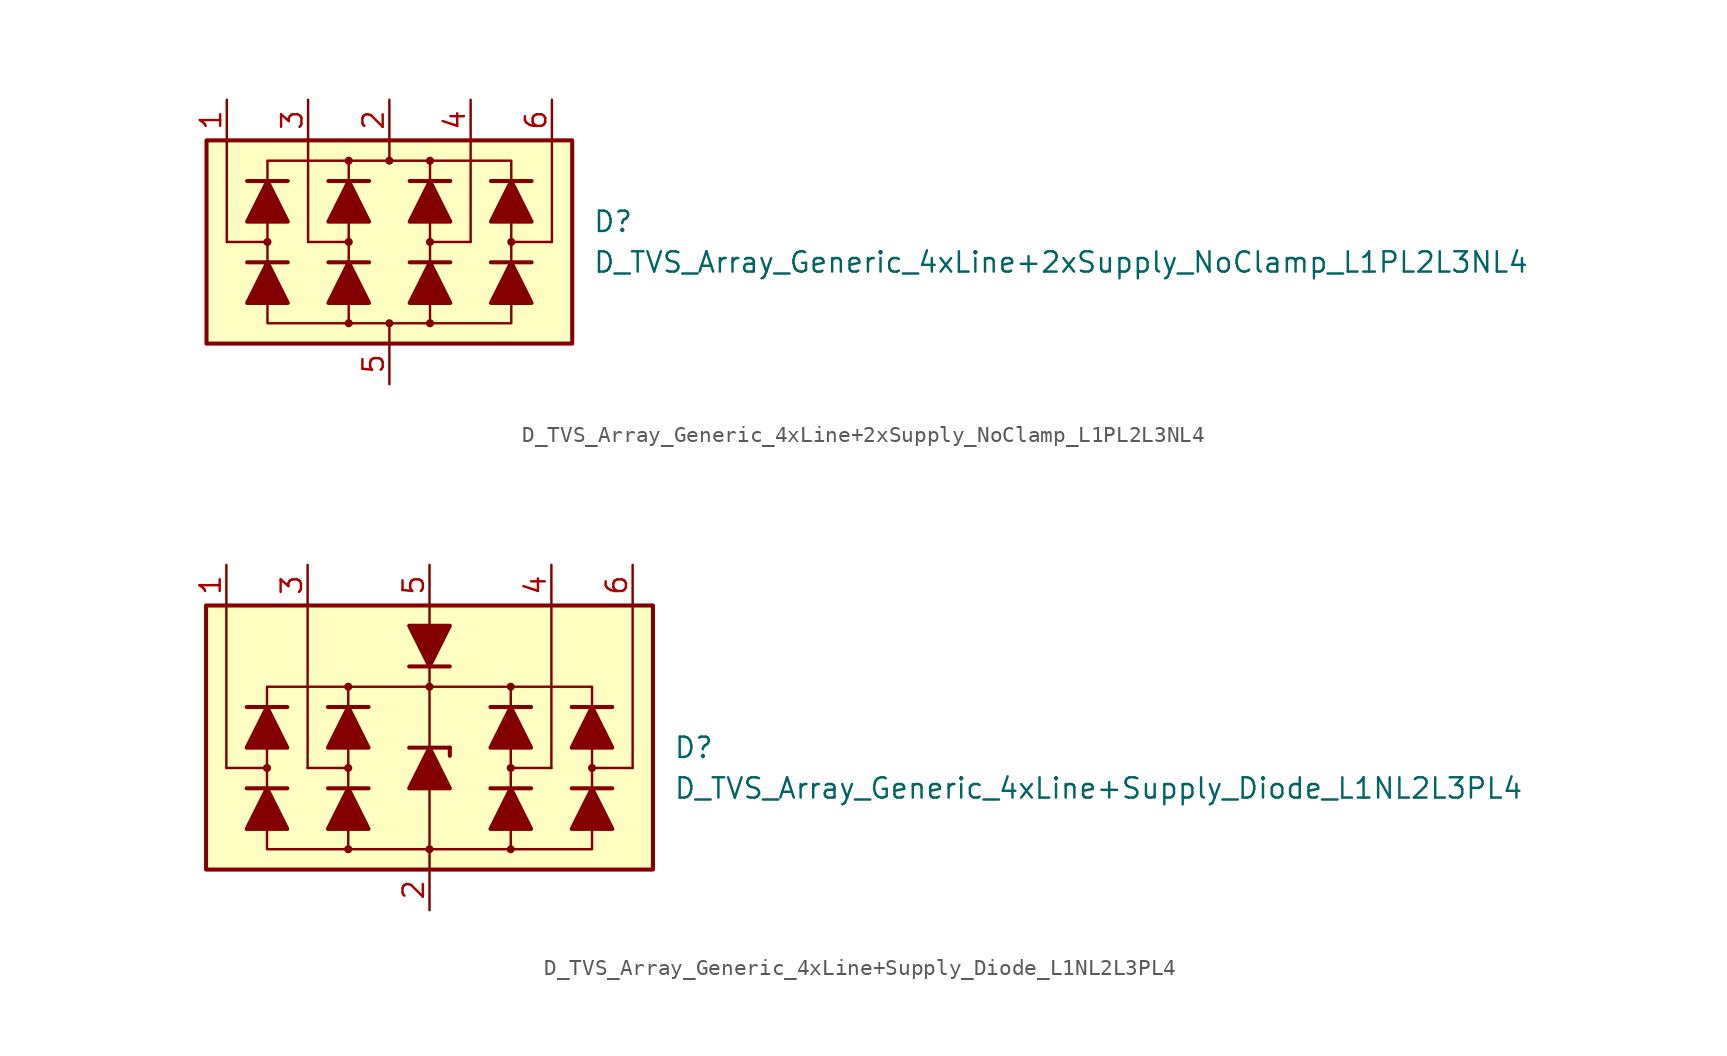
<source format=kicad_sym>
(kicad_symbol_lib
  (version 20211014)
  (generator kicad_symbol_editor)
  (symbol "D_TVS_Array_Generic_4xLine+2xSupply_NoClamp_L1PL2L3NL4"
    (pin_names
      (offset 1.016) hide)
    (property "Reference" "D"
      (at 12.7 1.27 0)
      (effects (font (size 1.27 1.27)) (justify left)))
    (property "Value" "D_TVS_Array_Generic_4xLine+2xSupply_NoClamp_L1PL2L3NL4"
      (at 12.7 -1.27 0)
      (effects (font (size 1.27 1.27)) (justify left)))
    (symbol "D_TVS_Array_Generic_4xLine+2xSupply_NoClamp_L1PL2L3NL4_0_1"
      (rectangle (start -11.43 6.35) (end 11.43 -6.35) (stroke (width 0.254) (type default) (color 0 0 0 0)) (fill (type background)))
      (circle (center -2.54 0) (radius 0.178) (stroke (width 0) (type default) (color 0 0 0 0)) (fill (type outline)))
      (polyline (pts (xy -5.08 0) (xy -5.08 6.35)) (stroke (width 0) (type default) (color 0 0 0 0)) (fill (type none)))
      (polyline (pts (xy -2.54 -1.27) (xy -2.54 1.27)) (stroke (width 0) (type default) (color 0 0 0 0)) (fill (type none)))
      (polyline (pts (xy -2.54 0) (xy -5.08 0)) (stroke (width 0) (type default) (color 0 0 0 0)) (fill (type none)))
      (polyline (pts (xy 0 -6.35) (xy 0 -5.08)) (stroke (width 0) (type default) (color 0 0 0 0)) (fill (type none)))
      (polyline (pts (xy 0 6.35) (xy 0 5.08)) (stroke (width 0) (type default) (color 0 0 0 0)) (fill (type none)))
      (polyline (pts (xy 2.54 -1.27) (xy 2.54 1.27)) (stroke (width 0) (type default) (color 0 0 0 0)) (fill (type none)))
      (polyline (pts (xy 2.54 0) (xy 5.08 0)) (stroke (width 0) (type default) (color 0 0 0 0)) (fill (type none)))
      (polyline (pts (xy 5.08 0) (xy 5.08 6.35)) (stroke (width 0) (type default) (color 0 0 0 0)) (fill (type none)))
      (polyline (pts (xy -2.54 -5.08) (xy -7.62 -5.08) (xy -7.62 5.08) (xy -2.54 5.08)) (stroke (width 0) (type default) (color 0 0 0 0)) (fill (type none)))
      (polyline (pts (xy -2.54 3.81) (xy -2.54 5.08) (xy 2.54 5.08) (xy 2.54 3.81)) (stroke (width 0.152) (type default) (color 0 0 0 0)) (fill (type none)))
      (polyline (pts (xy 2.54 -5.08) (xy 7.62 -5.08) (xy 7.62 5.08) (xy 2.54 5.08)) (stroke (width 0) (type default) (color 0 0 0 0)) (fill (type none)))
      (polyline (pts (xy 2.54 -3.81) (xy 2.54 -5.08) (xy -2.54 -5.08) (xy -2.54 -3.81)) (stroke (width 0.152) (type default) (color 0 0 0 0)) (fill (type none)))
      (circle (center 2.54 0) (radius 0.178) (stroke (width 0) (type default) (color 0 0 0 0)) (fill (type outline))))
    (symbol "D_TVS_Array_Generic_4xLine+2xSupply_NoClamp_L1PL2L3NL4_1_1"
      (circle (center -7.62 0) (radius 0.178) (stroke (width 0) (type default) (color 0 0 0 0)) (fill (type outline)))
      (circle (center -2.54 -5.08) (radius 0.178) (stroke (width 0) (type default) (color 0 0 0 0)) (fill (type outline)))
      (circle (center -2.54 5.08) (radius 0.178) (stroke (width 0) (type default) (color 0 0 0 0)) (fill (type outline)))
      (circle (center 0 -5.08) (radius 0.178) (stroke (width 0) (type default) (color 0 0 0 0)) (fill (type outline)))
      (polyline (pts (xy -10.16 0) (xy -10.16 6.35)) (stroke (width 0) (type default) (color 0 0 0 0)) (fill (type none)))
      (polyline (pts (xy -7.62 0) (xy -10.16 0)) (stroke (width 0) (type default) (color 0 0 0 0)) (fill (type none)))
      (polyline (pts (xy -6.35 -1.27) (xy -8.89 -1.27)) (stroke (width 0.254) (type default) (color 0 0 0 0)) (fill (type none)))
      (polyline (pts (xy -6.35 3.81) (xy -8.89 3.81)) (stroke (width 0.254) (type default) (color 0 0 0 0)) (fill (type none)))
      (polyline (pts (xy -2.54 -3.81) (xy -2.54 -1.27)) (stroke (width 0) (type default) (color 0 0 0 0)) (fill (type none)))
      (polyline (pts (xy -2.54 1.27) (xy -2.54 3.81)) (stroke (width 0) (type default) (color 0 0 0 0)) (fill (type none)))
      (polyline (pts (xy -1.27 -1.27) (xy -3.81 -1.27)) (stroke (width 0.254) (type default) (color 0 0 0 0)) (fill (type none)))
      (polyline (pts (xy -1.27 3.81) (xy -3.81 3.81)) (stroke (width 0.254) (type default) (color 0 0 0 0)) (fill (type none)))
      (polyline (pts (xy 2.54 -3.81) (xy 2.54 -1.27)) (stroke (width 0) (type default) (color 0 0 0 0)) (fill (type none)))
      (polyline (pts (xy 2.54 1.27) (xy 2.54 3.81)) (stroke (width 0) (type default) (color 0 0 0 0)) (fill (type none)))
      (polyline (pts (xy 3.81 -1.27) (xy 1.27 -1.27)) (stroke (width 0.254) (type default) (color 0 0 0 0)) (fill (type none)))
      (polyline (pts (xy 3.81 3.81) (xy 1.27 3.81)) (stroke (width 0.254) (type default) (color 0 0 0 0)) (fill (type none)))
      (polyline (pts (xy 7.62 0) (xy 10.16 0)) (stroke (width 0) (type default) (color 0 0 0 0)) (fill (type none)))
      (polyline (pts (xy 8.89 -1.27) (xy 6.35 -1.27)) (stroke (width 0.254) (type default) (color 0 0 0 0)) (fill (type none)))
      (polyline (pts (xy 8.89 3.81) (xy 6.35 3.81)) (stroke (width 0.254) (type default) (color 0 0 0 0)) (fill (type none)))
      (polyline (pts (xy 10.16 0) (xy 10.16 6.35)) (stroke (width 0) (type default) (color 0 0 0 0)) (fill (type none)))
      (polyline (pts (xy -6.35 -3.81) (xy -8.89 -3.81) (xy -7.62 -1.27) (xy -6.35 -3.81)) (stroke (width 0.254) (type default) (color 0 0 0 0)) (fill (type outline)))
      (polyline (pts (xy -6.35 1.27) (xy -8.89 1.27) (xy -7.62 3.81) (xy -6.35 1.27)) (stroke (width 0.254) (type default) (color 0 0 0 0)) (fill (type outline)))
      (polyline (pts (xy -1.27 -3.81) (xy -3.81 -3.81) (xy -2.54 -1.27) (xy -1.27 -3.81)) (stroke (width 0.254) (type default) (color 0 0 0 0)) (fill (type outline)))
      (polyline (pts (xy -1.27 1.27) (xy -3.81 1.27) (xy -2.54 3.81) (xy -1.27 1.27)) (stroke (width 0.254) (type default) (color 0 0 0 0)) (fill (type outline)))
      (polyline (pts (xy 3.81 -3.81) (xy 1.27 -3.81) (xy 2.54 -1.27) (xy 3.81 -3.81)) (stroke (width 0.254) (type default) (color 0 0 0 0)) (fill (type outline)))
      (polyline (pts (xy 3.81 1.27) (xy 1.27 1.27) (xy 2.54 3.81) (xy 3.81 1.27)) (stroke (width 0.254) (type default) (color 0 0 0 0)) (fill (type outline)))
      (polyline (pts (xy 8.89 -3.81) (xy 6.35 -3.81) (xy 7.62 -1.27) (xy 8.89 -3.81)) (stroke (width 0.254) (type default) (color 0 0 0 0)) (fill (type outline)))
      (polyline (pts (xy 8.89 1.27) (xy 6.35 1.27) (xy 7.62 3.81) (xy 8.89 1.27)) (stroke (width 0.254) (type default) (color 0 0 0 0)) (fill (type outline)))
      (circle (center 0 5.08) (radius 0.178) (stroke (width 0) (type default) (color 0 0 0 0)) (fill (type outline)))
      (circle (center 2.54 -5.08) (radius 0.178) (stroke (width 0) (type default) (color 0 0 0 0)) (fill (type outline)))
      (circle (center 2.54 5.08) (radius 0.178) (stroke (width 0) (type default) (color 0 0 0 0)) (fill (type outline)))
      (circle (center 7.62 0) (radius 0.178) (stroke (width 0) (type default) (color 0 0 0 0)) (fill (type outline)))
      (pin passive line (at -10.16 8.89 270) (length 2.54) (name "L1" (effects (font (size 1.27 1.27)))) (number "1" (effects (font (size 1.27 1.27)))))
      (pin passive line (at 0 8.89 270) (length 2.54) (name "VP" (effects (font (size 1.27 1.27)))) (number "2" (effects (font (size 1.27 1.27)))))
      (pin passive line (at -5.08 8.89 270) (length 2.54) (name "L2" (effects (font (size 1.27 1.27)))) (number "3" (effects (font (size 1.27 1.27)))))
      (pin passive line (at 5.08 8.89 270) (length 2.54) (name "L3" (effects (font (size 1.27 1.27)))) (number "4" (effects (font (size 1.27 1.27)))))
      (pin passive line (at 0 -8.89 90) (length 2.54) (name "VN" (effects (font (size 1.27 1.27)))) (number "5" (effects (font (size 1.27 1.27)))))
      (pin passive line (at 10.16 8.89 270) (length 2.54) (name "L4" (effects (font (size 1.27 1.27)))) (number "6" (effects (font (size 1.27 1.27)))))))
  (symbol "D_TVS_Array_Generic_4xLine+Supply_Diode_L1NL2L3PL4"
    (pin_names
      (offset 1.016) hide)
    (property "Reference" "D"
      (at 15.24 1.27 0)
      (effects (font (size 1.27 1.27)) (justify left)))
    (property "Value" "D_TVS_Array_Generic_4xLine+Supply_Diode_L1NL2L3PL4"
      (at 15.24 -1.27 0)
      (effects (font (size 1.27 1.27)) (justify left)))
    (symbol "D_TVS_Array_Generic_4xLine+Supply_Diode_L1NL2L3PL4_0_1"
      (rectangle (start -13.97 10.16) (end 13.97 -6.35) (stroke (width 0.254) (type default) (color 0 0 0 0)) (fill (type background)))
      (circle (center -5.08 0) (radius 0.178) (stroke (width 0) (type default) (color 0 0 0 0)) (fill (type outline)))
      (polyline (pts (xy -7.62 0) (xy -7.62 10.16)) (stroke (width 0) (type default) (color 0 0 0 0)) (fill (type none)))
      (polyline (pts (xy -5.08 -1.27) (xy -5.08 1.27)) (stroke (width 0) (type default) (color 0 0 0 0)) (fill (type none)))
      (polyline (pts (xy -5.08 0) (xy -7.62 0)) (stroke (width 0) (type default) (color 0 0 0 0)) (fill (type none)))
      (polyline (pts (xy 0 -5.08) (xy 0 -6.35)) (stroke (width 0) (type default) (color 0 0 0 0)) (fill (type none)))
      (polyline (pts (xy 0 -1.27) (xy 0 -5.08)) (stroke (width 0) (type default) (color 0 0 0 0)) (fill (type none)))
      (polyline (pts (xy 0 1.27) (xy 0 10.16)) (stroke (width 0) (type default) (color 0 0 0 0)) (fill (type none)))
      (polyline (pts (xy 5.08 -1.27) (xy 5.08 1.27)) (stroke (width 0) (type default) (color 0 0 0 0)) (fill (type none)))
      (polyline (pts (xy 5.08 0) (xy 7.62 0)) (stroke (width 0) (type default) (color 0 0 0 0)) (fill (type none)))
      (polyline (pts (xy 7.62 0) (xy 7.62 10.16)) (stroke (width 0) (type default) (color 0 0 0 0)) (fill (type none)))
      (polyline (pts (xy -5.08 -5.08) (xy -10.16 -5.08) (xy -10.16 5.08) (xy -5.08 5.08)) (stroke (width 0) (type default) (color 0 0 0 0)) (fill (type none)))
      (polyline (pts (xy -5.08 -3.81) (xy -5.08 -5.08) (xy 5.08 -5.08) (xy 5.08 -3.81)) (stroke (width 0) (type default) (color 0 0 0 0)) (fill (type none)))
      (polyline (pts (xy -5.08 3.81) (xy -5.08 5.08) (xy 5.08 5.08) (xy 5.08 3.81)) (stroke (width 0) (type default) (color 0 0 0 0)) (fill (type none)))
      (polyline (pts (xy 5.08 -5.08) (xy 10.16 -5.08) (xy 10.16 5.08) (xy 5.08 5.08)) (stroke (width 0) (type default) (color 0 0 0 0)) (fill (type none)))
      (circle (center 0 5.08) (radius 0.178) (stroke (width 0) (type default) (color 0 0 0 0)) (fill (type outline)))
      (circle (center 5.08 0) (radius 0.178) (stroke (width 0) (type default) (color 0 0 0 0)) (fill (type outline))))
    (symbol "D_TVS_Array_Generic_4xLine+Supply_Diode_L1NL2L3PL4_1_1"
      (circle (center -10.16 0) (radius 0.178) (stroke (width 0) (type default) (color 0 0 0 0)) (fill (type outline)))
      (circle (center -5.08 -5.08) (radius 0.178) (stroke (width 0) (type default) (color 0 0 0 0)) (fill (type outline)))
      (circle (center -5.08 5.08) (radius 0.178) (stroke (width 0) (type default) (color 0 0 0 0)) (fill (type outline)))
      (circle (center 0 -5.08) (radius 0.178) (stroke (width 0) (type default) (color 0 0 0 0)) (fill (type outline)))
      (polyline (pts (xy -12.7 0) (xy -12.7 10.16)) (stroke (width 0) (type default) (color 0 0 0 0)) (fill (type none)))
      (polyline (pts (xy -10.16 0) (xy -12.7 0)) (stroke (width 0) (type default) (color 0 0 0 0)) (fill (type none)))
      (polyline (pts (xy -8.89 -1.27) (xy -11.43 -1.27)) (stroke (width 0.254) (type default) (color 0 0 0 0)) (fill (type none)))
      (polyline (pts (xy -8.89 3.81) (xy -11.43 3.81)) (stroke (width 0.254) (type default) (color 0 0 0 0)) (fill (type none)))
      (polyline (pts (xy -5.08 -3.81) (xy -5.08 -1.27)) (stroke (width 0) (type default) (color 0 0 0 0)) (fill (type none)))
      (polyline (pts (xy -5.08 1.27) (xy -5.08 3.81)) (stroke (width 0) (type default) (color 0 0 0 0)) (fill (type none)))
      (polyline (pts (xy -3.81 -1.27) (xy -6.35 -1.27)) (stroke (width 0.254) (type default) (color 0 0 0 0)) (fill (type none)))
      (polyline (pts (xy -3.81 3.81) (xy -6.35 3.81)) (stroke (width 0.254) (type default) (color 0 0 0 0)) (fill (type none)))
      (polyline (pts (xy -1.27 1.27) (xy 1.27 1.27)) (stroke (width 0.254) (type default) (color 0 0 0 0)) (fill (type none)))
      (polyline (pts (xy -1.27 6.35) (xy 1.27 6.35)) (stroke (width 0.254) (type default) (color 0 0 0 0)) (fill (type none)))
      (polyline (pts (xy 0 -1.27) (xy 0 1.27)) (stroke (width 0) (type default) (color 0 0 0 0)) (fill (type none)))
      (polyline (pts (xy 0 8.89) (xy 0 6.35)) (stroke (width 0) (type default) (color 0 0 0 0)) (fill (type none)))
      (polyline (pts (xy 1.27 1.27) (xy 1.27 0.762)) (stroke (width 0.254) (type default) (color 0 0 0 0)) (fill (type none)))
      (polyline (pts (xy 5.08 -3.81) (xy 5.08 -1.27)) (stroke (width 0) (type default) (color 0 0 0 0)) (fill (type none)))
      (polyline (pts (xy 5.08 1.27) (xy 5.08 3.81)) (stroke (width 0) (type default) (color 0 0 0 0)) (fill (type none)))
      (polyline (pts (xy 6.35 -1.27) (xy 3.81 -1.27)) (stroke (width 0.254) (type default) (color 0 0 0 0)) (fill (type none)))
      (polyline (pts (xy 6.35 3.81) (xy 3.81 3.81)) (stroke (width 0.254) (type default) (color 0 0 0 0)) (fill (type none)))
      (polyline (pts (xy 10.16 0) (xy 12.7 0)) (stroke (width 0) (type default) (color 0 0 0 0)) (fill (type none)))
      (polyline (pts (xy 11.43 -1.27) (xy 8.89 -1.27)) (stroke (width 0.254) (type default) (color 0 0 0 0)) (fill (type none)))
      (polyline (pts (xy 11.43 3.81) (xy 8.89 3.81)) (stroke (width 0.254) (type default) (color 0 0 0 0)) (fill (type none)))
      (polyline (pts (xy 12.7 0) (xy 12.7 10.16)) (stroke (width 0) (type default) (color 0 0 0 0)) (fill (type none)))
      (polyline (pts (xy -8.89 -3.81) (xy -11.43 -3.81) (xy -10.16 -1.27) (xy -8.89 -3.81)) (stroke (width 0.254) (type default) (color 0 0 0 0)) (fill (type outline)))
      (polyline (pts (xy -8.89 1.27) (xy -11.43 1.27) (xy -10.16 3.81) (xy -8.89 1.27)) (stroke (width 0.254) (type default) (color 0 0 0 0)) (fill (type outline)))
      (polyline (pts (xy -3.81 -3.81) (xy -6.35 -3.81) (xy -5.08 -1.27) (xy -3.81 -3.81)) (stroke (width 0.254) (type default) (color 0 0 0 0)) (fill (type outline)))
      (polyline (pts (xy -3.81 1.27) (xy -6.35 1.27) (xy -5.08 3.81) (xy -3.81 1.27)) (stroke (width 0.254) (type default) (color 0 0 0 0)) (fill (type outline)))
      (polyline (pts (xy -1.27 8.89) (xy 1.27 8.89) (xy 0 6.35) (xy -1.27 8.89)) (stroke (width 0.254) (type default) (color 0 0 0 0)) (fill (type outline)))
      (polyline (pts (xy 1.27 -1.27) (xy -1.27 -1.27) (xy 0 1.27) (xy 1.27 -1.27)) (stroke (width 0.254) (type default) (color 0 0 0 0)) (fill (type outline)))
      (polyline (pts (xy 6.35 -3.81) (xy 3.81 -3.81) (xy 5.08 -1.27) (xy 6.35 -3.81)) (stroke (width 0.254) (type default) (color 0 0 0 0)) (fill (type outline)))
      (polyline (pts (xy 6.35 1.27) (xy 3.81 1.27) (xy 5.08 3.81) (xy 6.35 1.27)) (stroke (width 0.254) (type default) (color 0 0 0 0)) (fill (type outline)))
      (polyline (pts (xy 11.43 -3.81) (xy 8.89 -3.81) (xy 10.16 -1.27) (xy 11.43 -3.81)) (stroke (width 0.254) (type default) (color 0 0 0 0)) (fill (type outline)))
      (polyline (pts (xy 11.43 1.27) (xy 8.89 1.27) (xy 10.16 3.81) (xy 11.43 1.27)) (stroke (width 0.254) (type default) (color 0 0 0 0)) (fill (type outline)))
      (circle (center 5.08 -5.08) (radius 0.178) (stroke (width 0) (type default) (color 0 0 0 0)) (fill (type outline)))
      (circle (center 5.08 5.08) (radius 0.178) (stroke (width 0) (type default) (color 0 0 0 0)) (fill (type outline)))
      (circle (center 10.16 0) (radius 0.178) (stroke (width 0) (type default) (color 0 0 0 0)) (fill (type outline)))
      (pin passive line (at -12.7 12.7 270) (length 2.54) (name "L1" (effects (font (size 1.27 1.27)))) (number "1" (effects (font (size 1.27 1.27)))))
      (pin passive line (at 0 -8.89 90) (length 2.54) (name "VN" (effects (font (size 1.27 1.27)))) (number "2" (effects (font (size 1.27 1.27)))))
      (pin passive line (at -7.62 12.7 270) (length 2.54) (name "L2" (effects (font (size 1.27 1.27)))) (number "3" (effects (font (size 1.27 1.27)))))
      (pin passive line (at 7.62 12.7 270) (length 2.54) (name "L3" (effects (font (size 1.27 1.27)))) (number "4" (effects (font (size 1.27 1.27)))))
      (pin passive line (at 0 12.7 270) (length 2.54) (name "VP" (effects (font (size 1.27 1.27)))) (number "5" (effects (font (size 1.27 1.27)))))
      (pin passive line (at 12.7 12.7 270) (length 2.54) (name "L4" (effects (font (size 1.27 1.27)))) (number "6" (effects (font (size 1.27 1.27))))))))
</source>
